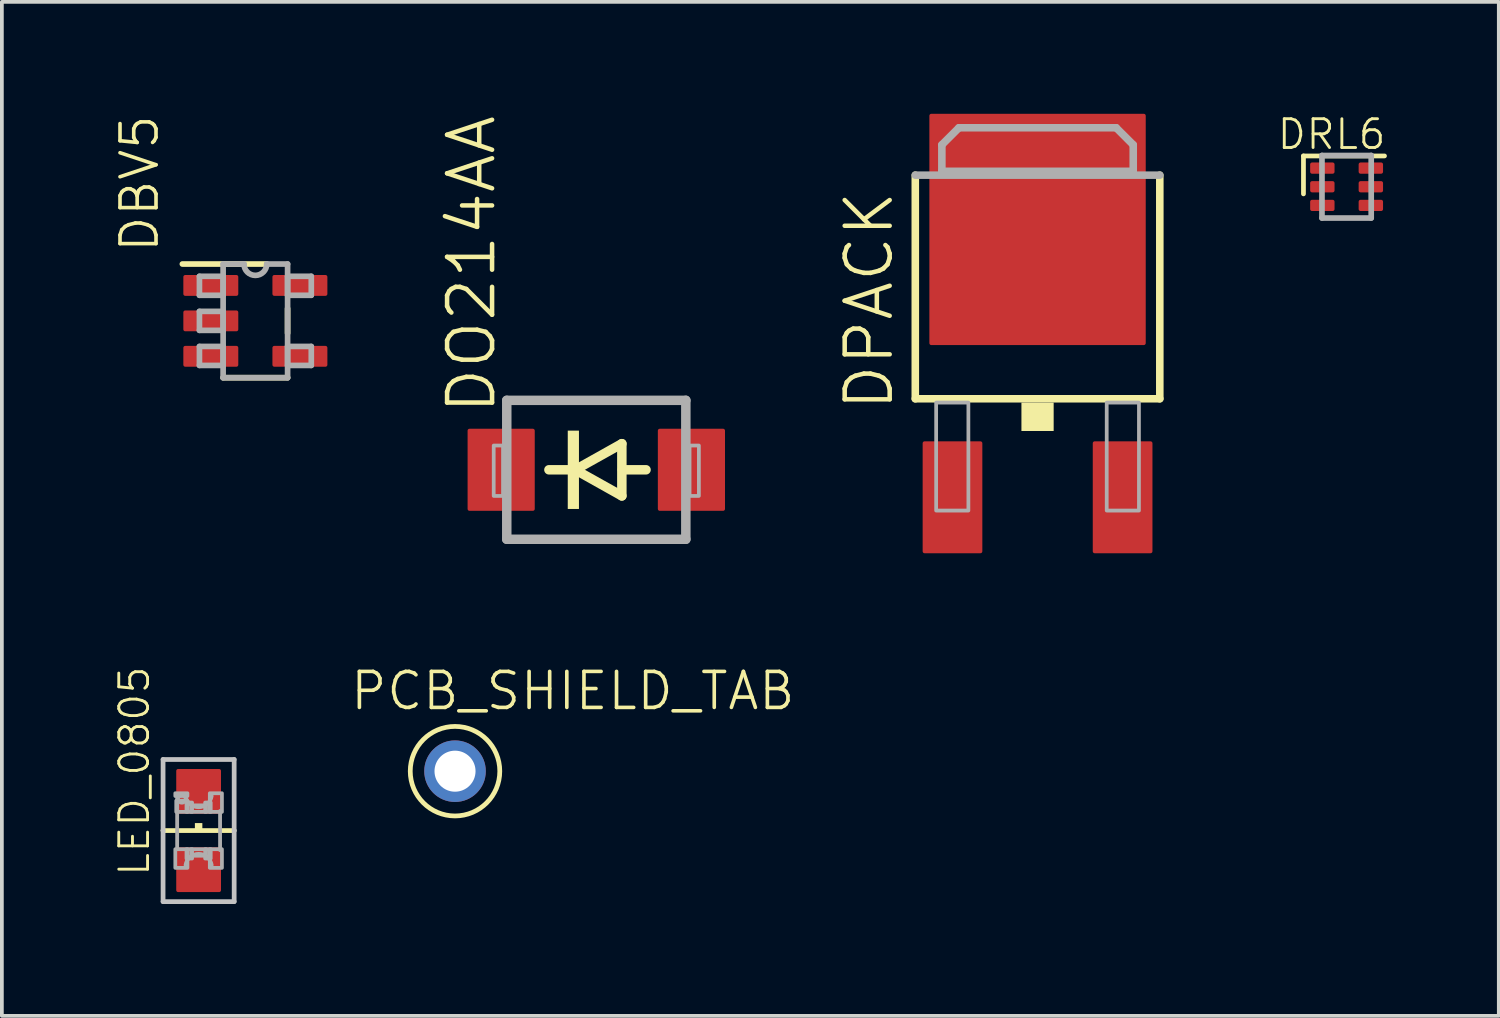
<source format=kicad_pcb>
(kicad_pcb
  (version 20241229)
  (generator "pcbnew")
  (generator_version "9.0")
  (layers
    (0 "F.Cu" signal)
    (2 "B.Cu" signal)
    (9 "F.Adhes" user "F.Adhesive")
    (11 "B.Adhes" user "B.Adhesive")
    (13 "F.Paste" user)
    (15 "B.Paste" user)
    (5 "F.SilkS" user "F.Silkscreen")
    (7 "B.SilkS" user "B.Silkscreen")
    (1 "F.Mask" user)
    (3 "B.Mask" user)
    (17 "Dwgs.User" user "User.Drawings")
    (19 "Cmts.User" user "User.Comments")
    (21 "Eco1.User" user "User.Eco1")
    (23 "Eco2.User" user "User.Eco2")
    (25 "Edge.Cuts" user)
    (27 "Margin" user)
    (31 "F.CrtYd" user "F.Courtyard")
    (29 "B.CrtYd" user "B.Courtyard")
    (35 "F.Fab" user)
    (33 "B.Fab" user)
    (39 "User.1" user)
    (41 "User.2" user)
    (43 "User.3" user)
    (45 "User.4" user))
  (footprint "PCB_SHIELD_TAB"
    (layer "F.Cu")
    (at 9.147 17.622)
    (property "Reference" "PCB_SHIELD_TAB" (at -2.857 -1.587 0) (layer "F.SilkS") (effects (font (size 0.965 0.965) (thickness 0.097)) (justify left bottom)))
    (attr through_hole)
    (fp_circle (center 0 0) (end 1.2 0) (stroke (width 0.127) (type solid)) (fill no) (layer "F.SilkS"))
    (pad "1" thru_hole circle (at 0 0) (size 1.65 1.65) (drill 1.1) (layers "*.Cu" "*.Mask")))
  (footprint "DBV5"
    (layer "F.Cu")
    (at 3.795 5.551)
    (property "Reference" "DBV5" (at -2.54 -1.778 90) (layer "F.SilkS") (effects (font (size 0.965 0.965) (thickness 0.097)) (justify left bottom)))
    (attr through_hole)
    (fp_line (start -0.864 1.524) (end 0.864 1.524) (stroke (width 0.152) (type solid)) (layer "F.SilkS"))
    (fp_line (start 0.305 -1.524) (end -1.956 -1.524) (stroke (width 0.152) (type solid)) (layer "F.SilkS"))
    (fp_line (start 0.864 0.33) (end 0.864 -0.33) (stroke (width 0.152) (type solid)) (layer "F.SilkS"))
    (fp_line (start -1.499 -1.194) (end -1.499 -0.686) (stroke (width 0.152) (type solid)) (layer "F.Fab"))
    (fp_line (start -1.499 -0.686) (end -0.864 -0.686) (stroke (width 0.152) (type solid)) (layer "F.Fab"))
    (fp_line (start -1.499 -0.254) (end -1.499 0.254) (stroke (width 0.152) (type solid)) (layer "F.Fab"))
    (fp_line (start -1.499 0.254) (end -0.864 0.254) (stroke (width 0.152) (type solid)) (layer "F.Fab"))
    (fp_line (start -1.499 0.686) (end -1.499 1.194) (stroke (width 0.152) (type solid)) (layer "F.Fab"))
    (fp_line (start -1.499 1.194) (end -0.864 1.194) (stroke (width 0.152) (type solid)) (layer "F.Fab"))
    (fp_line (start -0.864 -1.524) (end -0.864 1.524) (stroke (width 0.152) (type solid)) (layer "F.Fab"))
    (fp_line (start -0.864 -1.194) (end -1.499 -1.194) (stroke (width 0.152) (type solid)) (layer "F.Fab"))
    (fp_line (start -0.864 -0.686) (end -0.864 -1.194) (stroke (width 0.152) (type solid)) (layer "F.Fab"))
    (fp_line (start -0.864 -0.254) (end -1.499 -0.254) (stroke (width 0.152) (type solid)) (layer "F.Fab"))
    (fp_line (start -0.864 0.254) (end -0.864 -0.254) (stroke (width 0.152) (type solid)) (layer "F.Fab"))
    (fp_line (start -0.864 0.686) (end -1.499 0.686) (stroke (width 0.152) (type solid)) (layer "F.Fab"))
    (fp_line (start -0.864 1.194) (end -0.864 0.686) (stroke (width 0.152) (type solid)) (layer "F.Fab"))
    (fp_line (start -0.864 1.524) (end 0.864 1.524) (stroke (width 0.152) (type solid)) (layer "F.Fab"))
    (fp_line (start -0.305 -1.524) (end -0.864 -1.524) (stroke (width 0.152) (type solid)) (layer "F.Fab"))
    (fp_line (start 0.305 -1.524) (end 0.864 -1.524) (stroke (width 0.152) (type solid)) (layer "F.Fab"))
    (fp_line (start 0.864 -1.194) (end 0.864 -0.686) (stroke (width 0.152) (type solid)) (layer "F.Fab"))
    (fp_line (start 0.864 -0.686) (end 1.499 -0.686) (stroke (width 0.152) (type solid)) (layer "F.Fab"))
    (fp_line (start 0.864 0.686) (end 0.864 1.194) (stroke (width 0.152) (type solid)) (layer "F.Fab"))
    (fp_line (start 0.864 1.194) (end 1.499 1.194) (stroke (width 0.152) (type solid)) (layer "F.Fab"))
    (fp_line (start 0.864 1.524) (end 0.864 -1.524) (stroke (width 0.152) (type solid)) (layer "F.Fab"))
    (fp_line (start 1.499 -1.194) (end 0.864 -1.194) (stroke (width 0.152) (type solid)) (layer "F.Fab"))
    (fp_line (start 1.499 -0.686) (end 1.499 -1.194) (stroke (width 0.152) (type solid)) (layer "F.Fab"))
    (fp_line (start 1.499 0.686) (end 0.864 0.686) (stroke (width 0.152) (type solid)) (layer "F.Fab"))
    (fp_line (start 1.499 1.194) (end 1.499 0.686) (stroke (width 0.152) (type solid)) (layer "F.Fab"))
    (fp_arc (start 0.3048 -1.524) (mid 0 -1.2192) (end -0.3048 -1.524) (stroke (width 0.1524) (type solid)) (layer "F.Fab"))
    (pad "1" smd roundrect (at -1.194 -0.95) (size 1.473 0.559) (layers "F.Cu" "F.Mask" "F.Paste") (roundrect_rratio 0.091))
    (pad "2" smd roundrect (at -1.194 0) (size 1.473 0.559) (layers "F.Cu" "F.Mask" "F.Paste") (roundrect_rratio 0.091))
    (pad "3" smd roundrect (at -1.194 0.95) (size 1.473 0.559) (layers "F.Cu" "F.Mask" "F.Paste") (roundrect_rratio 0.091))
    (pad "4" smd roundrect (at 1.194 0.95) (size 1.473 0.559) (layers "F.Cu" "F.Mask" "F.Paste") (roundrect_rratio 0.091))
    (pad "5" smd roundrect (at 1.194 -0.95) (size 1.473 0.559) (layers "F.Cu" "F.Mask" "F.Paste") (roundrect_rratio 0.091)))
  (footprint "LED_0805"
    (layer "F.Cu")
    (at 2.274 19.213)
    (property "Reference" "LED_0805" (at -1.27 1.27 270) (layer "F.SilkS") (effects (font (size 0.772 0.772) (thickness 0.077)) (justify left bottom)))
    (attr through_hole)
    (fp_line (start -0.953 0) (end 0.953 0) (stroke (width 0.127) (type solid)) (layer "F.SilkS"))
    (fp_poly (pts (xy -0.1 0) (xy 0.1 0) (xy 0.1 -0.2) (xy -0.1 -0.2)) (stroke (width 0) (type solid)) (fill yes) (layer "F.SilkS"))
    (fp_line (start -0.953 -1.905) (end 0.953 -1.905) (stroke (width 0.127) (type solid)) (layer "Dwgs.User"))
    (fp_line (start -0.953 0) (end -0.953 -1.905) (stroke (width 0.127) (type solid)) (layer "Dwgs.User"))
    (fp_line (start -0.953 1.905) (end -0.953 0) (stroke (width 0.127) (type solid)) (layer "Dwgs.User"))
    (fp_line (start 0.953 -1.905) (end 0.953 0) (stroke (width 0.127) (type solid)) (layer "Dwgs.User"))
    (fp_line (start 0.953 0) (end 0.953 1.905) (stroke (width 0.127) (type solid)) (layer "Dwgs.User"))
    (fp_line (start 0.953 1.905) (end -0.953 1.905) (stroke (width 0.127) (type solid)) (layer "Dwgs.User"))
    (fp_line (start -0.575 0.5) (end -0.575 -0.925) (stroke (width 0.102) (type solid)) (layer "F.Fab"))
    (fp_line (start 0.575 -0.525) (end 0.575 0.525) (stroke (width 0.102) (type solid)) (layer "F.Fab"))
    (fp_arc (start -0.35 0.925) (mid -0.000001 0.625027) (end 0.35 0.924998) (stroke (width 0.1016) (type solid)) (layer "F.Fab"))
    (fp_arc (start 0.35 -0.924998) (mid -0.000001 -0.625027) (end -0.35 -0.925) (stroke (width 0.1016) (type solid)) (layer "F.Fab"))
    (fp_circle (center -0.45 -0.85) (end -0.347 -0.85) (stroke (width 0.102) (type solid)) (fill no) (layer "F.Fab"))
    (fp_poly (pts (xy -0.625 -0.925) (xy -0.3 -0.925) (xy -0.3 -1) (xy -0.625 -1)) (stroke (width 0.1) (type solid)) (fill no) (layer "F.Fab"))
    (fp_poly (pts (xy -0.625 1) (xy -0.3 1) (xy -0.3 0.5) (xy -0.625 0.5)) (stroke (width 0.1) (type solid)) (fill no) (layer "F.Fab"))
    (fp_poly (pts (xy -0.6 -0.5) (xy -0.3 -0.5) (xy -0.3 -0.8) (xy -0.6 -0.8)) (stroke (width 0.1) (type solid)) (fill no) (layer "F.Fab"))
    (fp_poly (pts (xy -0.325 -0.5) (xy -0.175 -0.5) (xy -0.175 -0.75) (xy -0.325 -0.75)) (stroke (width 0.1) (type solid)) (fill no) (layer "F.Fab"))
    (fp_poly (pts (xy -0.325 0.75) (xy -0.175 0.75) (xy -0.175 0.5) (xy -0.325 0.5)) (stroke (width 0.1) (type solid)) (fill no) (layer "F.Fab"))
    (fp_poly (pts (xy -0.2 -0.5) (xy 0.2 -0.5) (xy 0.2 -0.675) (xy -0.2 -0.675)) (stroke (width 0.1) (type solid)) (fill no) (layer "F.Fab"))
    (fp_poly (pts (xy -0.2 0.675) (xy 0.2 0.675) (xy 0.2 0.5) (xy -0.2 0.5)) (stroke (width 0.1) (type solid)) (fill no) (layer "F.Fab"))
    (fp_poly (pts (xy 0.175 -0.5) (xy 0.325 -0.5) (xy 0.325 -0.75) (xy 0.175 -0.75)) (stroke (width 0.1) (type solid)) (fill no) (layer "F.Fab"))
    (fp_poly (pts (xy 0.175 0.75) (xy 0.325 0.75) (xy 0.325 0.5) (xy 0.175 0.5)) (stroke (width 0.1) (type solid)) (fill no) (layer "F.Fab"))
    (fp_poly (pts (xy 0.3 -0.5) (xy 0.625 -0.5) (xy 0.625 -1) (xy 0.3 -1)) (stroke (width 0.1) (type solid)) (fill no) (layer "F.Fab"))
    (fp_poly (pts (xy 0.3 1) (xy 0.625 1) (xy 0.625 0.5) (xy 0.3 0.5)) (stroke (width 0.1) (type solid)) (fill no) (layer "F.Fab"))
    (pad "A" smd roundrect (at 0 1.05) (size 1.2 1.2) (layers "F.Cu" "F.Mask" "F.Paste") (roundrect_rratio 0.042))
    (pad "C" smd roundrect (at 0 -1.05) (size 1.2 1.2) (layers "F.Cu" "F.Mask" "F.Paste") (roundrect_rratio 0.042)))
  (footprint "DRL6"
    (layer "F.Cu")
    (at 33.046 1.956)
    (property "Reference" "DRL6" (at -1.905 -0.953 0) (layer "F.SilkS") (effects (font (size 0.772 0.772) (thickness 0.077)) (justify left bottom)))
    (attr through_hole)
    (fp_line (start -1.156 -0.826) (end -1.156 0.191) (stroke (width 0.127) (type solid)) (layer "F.SilkS"))
    (fp_line (start 1.016 -0.826) (end -1.156 -0.826) (stroke (width 0.127) (type solid)) (layer "F.SilkS"))
    (fp_line (start -0.66 -0.838) (end -0.66 0.838) (stroke (width 0.152) (type solid)) (layer "F.Fab"))
    (fp_line (start -0.66 0.838) (end 0.66 0.838) (stroke (width 0.152) (type solid)) (layer "F.Fab"))
    (fp_line (start 0.66 -0.838) (end -0.66 -0.838) (stroke (width 0.152) (type solid)) (layer "F.Fab"))
    (fp_line (start 0.66 0.838) (end 0.66 -0.838) (stroke (width 0.152) (type solid)) (layer "F.Fab"))
    (pad "1" smd roundrect (at -0.65 -0.5) (size 0.654 0.301) (layers "F.Cu" "F.Mask" "F.Paste") (roundrect_rratio 0.169))
    (pad "2" smd roundrect (at -0.65 0) (size 0.654 0.301) (layers "F.Cu" "F.Mask" "F.Paste") (roundrect_rratio 0.169))
    (pad "3" smd roundrect (at -0.65 0.5) (size 0.654 0.301) (layers "F.Cu" "F.Mask" "F.Paste") (roundrect_rratio 0.169))
    (pad "4" smd roundrect (at 0.65 0.5) (size 0.654 0.301) (layers "F.Cu" "F.Mask" "F.Paste") (roundrect_rratio 0.169))
    (pad "5" smd roundrect (at 0.65 0) (size 0.654 0.301) (layers "F.Cu" "F.Mask" "F.Paste") (roundrect_rratio 0.169))
    (pad "6" smd roundrect (at 0.65 -0.5) (size 0.654 0.301) (layers "F.Cu" "F.Mask" "F.Paste") (roundrect_rratio 0.169)))
  (footprint "DO214AA"
    (layer "F.Cu")
    (at 12.934 9.543)
    (property "Reference" "DO214AA" (at -2.64 -1.436 90) (layer "F.SilkS") (effects (font (size 1.206 1.206) (thickness 0.121)) (justify left bottom)))
    (attr through_hole)
    (fp_line (start -0.635 0) (end -1.27 0) (stroke (width 0.254) (type solid)) (layer "F.SilkS"))
    (fp_line (start -0.565 0) (end 0.685 -0.7) (stroke (width 0.254) (type solid)) (layer "F.SilkS"))
    (fp_line (start 0.685 -0.7) (end 0.685 0.7) (stroke (width 0.254) (type solid)) (layer "F.SilkS"))
    (fp_line (start 0.685 0.7) (end -0.565 0) (stroke (width 0.254) (type solid)) (layer "F.SilkS"))
    (fp_line (start 1.333 0) (end 0.699 0) (stroke (width 0.254) (type solid)) (layer "F.SilkS"))
    (fp_poly (pts (xy -0.765 1.05) (xy -0.465 1.05) (xy -0.465 -1.05) (xy -0.765 -1.05)) (stroke (width 0) (type solid)) (fill yes) (layer "F.SilkS"))
    (fp_line (start -2.4 -1.862) (end 2.4 -1.862) (stroke (width 0.254) (type solid)) (layer "F.Fab"))
    (fp_line (start -2.4 1.862) (end -2.4 -1.862) (stroke (width 0.254) (type solid)) (layer "F.Fab"))
    (fp_line (start 2.4 -1.862) (end 2.4 1.862) (stroke (width 0.254) (type solid)) (layer "F.Fab"))
    (fp_line (start 2.4 1.862) (end -2.4 1.862) (stroke (width 0.254) (type solid)) (layer "F.Fab"))
    (fp_poly (pts (xy -2.75 0.7) (xy -2.5 0.7) (xy -2.5 -0.65) (xy -2.75 -0.65)) (stroke (width 0.1) (type solid)) (fill no) (layer "F.Fab"))
    (fp_poly (pts (xy 2.5 0.7) (xy 2.75 0.7) (xy 2.75 -0.65) (xy 2.5 -0.65)) (stroke (width 0.1) (type solid)) (fill no) (layer "F.Fab"))
    (pad "A" smd roundrect (at 2.55 0) (size 1.8 2.2) (layers "F.Cu" "F.Mask" "F.Paste") (roundrect_rratio 0.028))
    (pad "C" smd roundrect (at -2.55 0) (size 1.8 2.2) (layers "F.Cu" "F.Mask" "F.Paste") (roundrect_rratio 0.028)))
  (footprint "DPACK"
    (layer "F.Cu")
    (at 24.762 5.48)
    (property "Reference" "DPACK" (at -3.81 2.54 270) (layer "F.SilkS") (effects (font (size 1.206 1.206) (thickness 0.121)) (justify left bottom)))
    (attr through_hole)
    (fp_line (start -3.277 2.159) (end -3.277 -3.835) (stroke (width 0.203) (type solid)) (layer "F.SilkS"))
    (fp_line (start 3.277 -3.835) (end 3.277 2.159) (stroke (width 0.203) (type solid)) (layer "F.SilkS"))
    (fp_line (start 3.277 2.159) (end -3.277 2.159) (stroke (width 0.203) (type solid)) (layer "F.SilkS"))
    (fp_poly (pts (xy -0.432 3.023) (xy 0.432 3.023) (xy 0.432 2.261) (xy -0.432 2.261)) (stroke (width 0) (type solid)) (fill yes) (layer "F.SilkS"))
    (fp_line (start -3.277 -3.835) (end 3.277 -3.835) (stroke (width 0.203) (type solid)) (layer "F.Fab"))
    (fp_line (start -2.565 -4.648) (end -2.108 -5.105) (stroke (width 0.203) (type solid)) (layer "F.Fab"))
    (fp_line (start -2.565 -3.937) (end -2.565 -4.648) (stroke (width 0.203) (type solid)) (layer "F.Fab"))
    (fp_line (start -2.108 -5.105) (end 2.108 -5.105) (stroke (width 0.203) (type solid)) (layer "F.Fab"))
    (fp_line (start 2.108 -5.105) (end 2.565 -4.648) (stroke (width 0.203) (type solid)) (layer "F.Fab"))
    (fp_line (start 2.565 -4.648) (end 2.565 -3.937) (stroke (width 0.203) (type solid)) (layer "F.Fab"))
    (fp_line (start 2.565 -3.937) (end -2.565 -3.937) (stroke (width 0.203) (type solid)) (layer "F.Fab"))
    (fp_poly (pts (xy -2.718 5.156) (xy -1.854 5.156) (xy -1.854 2.261) (xy -2.718 2.261)) (stroke (width 0.1) (type solid)) (fill no) (layer "F.Fab"))
    (fp_poly (pts (xy 1.854 5.156) (xy 2.718 5.156) (xy 2.718 2.261) (xy 1.854 2.261)) (stroke (width 0.1) (type solid)) (fill no) (layer "F.Fab"))
    (fp_poly (pts (xy -2.565 -3.937) (xy -2.565 -4.648) (xy -2.108 -5.105) (xy 2.108 -5.105) (xy 2.565 -4.648) (xy 2.565 -3.937)) (stroke (width 0.1) (type solid)) (fill no) (layer "F.Fab"))
    (pad "1" smd roundrect (at -2.28 4.8) (size 1.6 3) (layers "F.Cu" "F.Mask" "F.Paste") (roundrect_rratio 0.032))
    (pad "3" smd roundrect (at 2.28 4.8) (size 1.6 3) (layers "F.Cu" "F.Mask" "F.Paste") (roundrect_rratio 0.032))
    (pad "4" smd roundrect (at 0 -2.38) (size 5.8 6.2) (layers "F.Cu" "F.Mask" "F.Paste") (roundrect_rratio 0.009)))
  (gr_rect
    (start -3 -3)
    (end 37.126 24.181)
    (stroke (width 0.1) (type default))
    (fill no)
    (layer "Edge.Cuts")))
</source>
